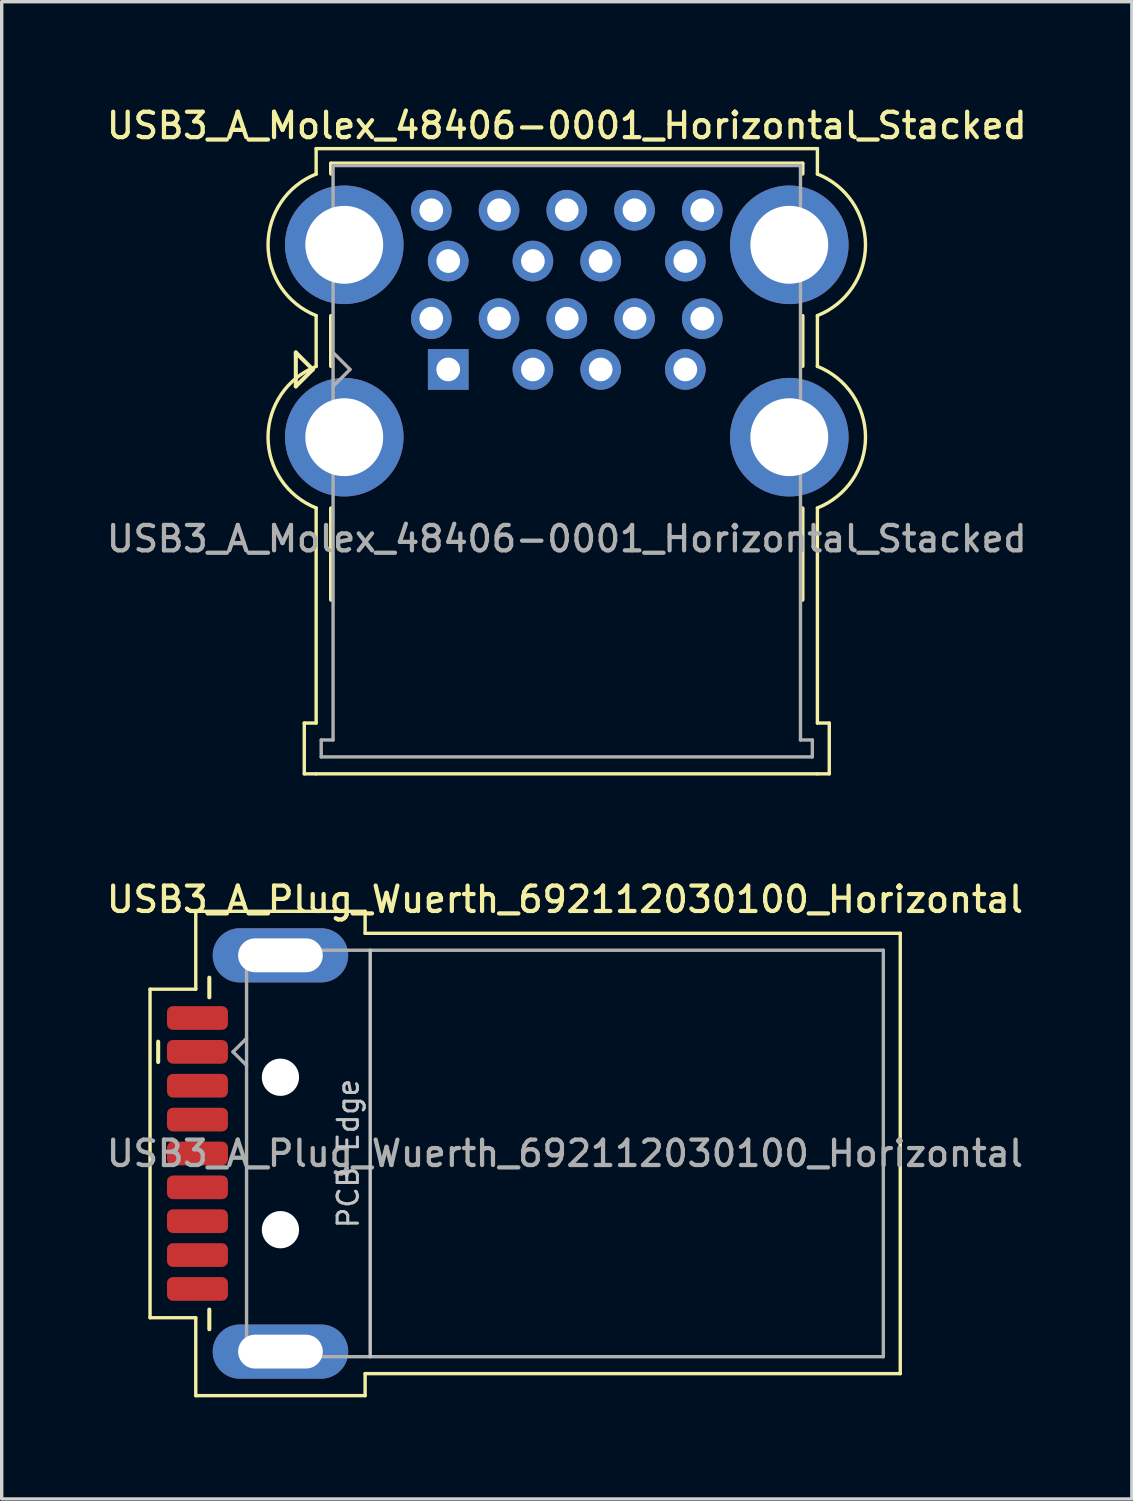
<source format=kicad_pcb>
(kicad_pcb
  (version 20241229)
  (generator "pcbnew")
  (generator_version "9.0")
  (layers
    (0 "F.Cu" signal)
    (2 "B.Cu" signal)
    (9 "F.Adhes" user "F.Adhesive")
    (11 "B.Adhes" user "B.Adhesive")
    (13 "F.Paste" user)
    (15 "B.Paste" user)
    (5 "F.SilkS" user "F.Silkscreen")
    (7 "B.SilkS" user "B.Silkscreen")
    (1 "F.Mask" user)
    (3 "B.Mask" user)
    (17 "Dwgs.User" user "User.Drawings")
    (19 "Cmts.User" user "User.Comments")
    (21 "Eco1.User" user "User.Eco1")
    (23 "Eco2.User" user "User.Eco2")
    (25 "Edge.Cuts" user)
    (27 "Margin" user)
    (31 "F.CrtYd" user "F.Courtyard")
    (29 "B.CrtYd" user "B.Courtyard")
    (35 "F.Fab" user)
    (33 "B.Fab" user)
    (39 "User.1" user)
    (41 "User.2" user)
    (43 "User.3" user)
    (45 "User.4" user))
  (footprint "USB3_A_Molex_48406-0001_Horizontal_Stacked"
    (layer "F.Cu")
    (at 10.184 7.858)
    (property "Reference" "USB3_A_Molex_48406-0001_Horizontal_Stacked" (at 3.5 -7.2 0) (layer "F.SilkS") (effects (font (size 0.75 0.75) (thickness 0.125))))
    (attr through_hole)
    (fp_line (start -4.5 -0.5) (end -4.5 0.5) (stroke (width 0.12) (type solid)) (layer "F.SilkS"))
    (fp_line (start -4.5 0.5) (end -4 0) (stroke (width 0.12) (type solid)) (layer "F.SilkS"))
    (fp_line (start -4.25 10.44) (end -3.9 10.44) (stroke (width 0.1) (type solid)) (layer "F.SilkS"))
    (fp_line (start -4.25 11.94) (end -4.25 10.44) (stroke (width 0.1) (type solid)) (layer "F.SilkS"))
    (fp_line (start -4 0) (end -4.5 -0.5) (stroke (width 0.12) (type solid)) (layer "F.SilkS"))
    (fp_line (start -3.9 -6.52) (end 10.9 -6.52) (stroke (width 0.1) (type solid)) (layer "F.SilkS"))
    (fp_line (start -3.9 -5.77) (end -3.9 -6.52) (stroke (width 0.1) (type solid)) (layer "F.SilkS"))
    (fp_line (start -3.9 -0.09) (end -3.9 -1.59) (stroke (width 0.1) (type solid)) (layer "F.SilkS"))
    (fp_line (start -3.9 10.44) (end -3.9 4.09) (stroke (width 0.1) (type solid)) (layer "F.SilkS"))
    (fp_line (start -3.9 11.94) (end -4.25 11.94) (stroke (width 0.1) (type solid)) (layer "F.SilkS"))
    (fp_line (start -3.9 11.94) (end 10.9 11.94) (stroke (width 0.1) (type solid)) (layer "F.SilkS"))
    (fp_line (start -3.46 -6.08) (end -3.46 -5.78) (stroke (width 0.12) (type solid)) (layer "F.SilkS"))
    (fp_line (start -3.46 -6.08) (end 10.46 -6.08) (stroke (width 0.12) (type solid)) (layer "F.SilkS"))
    (fp_line (start -3.46 -0.1) (end -3.46 -1.58) (stroke (width 0.12) (type solid)) (layer "F.SilkS"))
    (fp_line (start -3.46 6.8) (end -3.46 4.1) (stroke (width 0.12) (type solid)) (layer "F.SilkS"))
    (fp_line (start 10.46 -6.08) (end 10.46 -5.78) (stroke (width 0.12) (type solid)) (layer "F.SilkS"))
    (fp_line (start 10.46 -0.1) (end 10.46 -1.58) (stroke (width 0.12) (type solid)) (layer "F.SilkS"))
    (fp_line (start 10.46 6.8) (end 10.46 4.1) (stroke (width 0.12) (type solid)) (layer "F.SilkS"))
    (fp_line (start 10.9 -6.52) (end 10.9 -5.77) (stroke (width 0.1) (type solid)) (layer "F.SilkS"))
    (fp_line (start 10.9 -1.59) (end 10.9 -0.09) (stroke (width 0.1) (type solid)) (layer "F.SilkS"))
    (fp_line (start 10.9 4.09) (end 10.9 10.44) (stroke (width 0.1) (type solid)) (layer "F.SilkS"))
    (fp_line (start 10.9 11.94) (end 11.25 11.94) (stroke (width 0.1) (type solid)) (layer "F.SilkS"))
    (fp_line (start 11.25 10.44) (end 10.9 10.44) (stroke (width 0.1) (type solid)) (layer "F.SilkS"))
    (fp_line (start 11.25 11.94) (end 11.25 10.44) (stroke (width 0.1) (type solid)) (layer "F.SilkS"))
    (fp_arc (start -3.9 -1.59) (mid -5.32 -3.68) (end -3.9 -5.77) (stroke (width 0.1) (type solid)) (layer "F.SilkS"))
    (fp_arc (start -3.9 4.09) (mid -5.32 2) (end -3.9 -0.09) (stroke (width 0.1) (type solid)) (layer "F.SilkS"))
    (fp_arc (start 10.9 -5.77) (mid 12.32 -3.68) (end 10.9 -1.59) (stroke (width 0.1) (type solid)) (layer "F.SilkS"))
    (fp_arc (start 10.9 -0.09) (mid 12.32 2) (end 10.9 4.09) (stroke (width 0.1) (type solid)) (layer "F.SilkS"))
    (fp_line (start -3.75 10.94) (end -3.4 10.94) (stroke (width 0.1) (type default)) (layer "F.Fab"))
    (fp_line (start -3.75 11.44) (end -3.75 10.94) (stroke (width 0.1) (type default)) (layer "F.Fab"))
    (fp_line (start -3.4 -6.02) (end 10.4 -6.02) (stroke (width 0.1) (type solid)) (layer "F.Fab"))
    (fp_line (start -3.4 0.5) (end -2.9 0) (stroke (width 0.1) (type solid)) (layer "F.Fab"))
    (fp_line (start -3.4 10.94) (end -3.4 -6.02) (stroke (width 0.1) (type solid)) (layer "F.Fab"))
    (fp_line (start -2.9 0) (end -3.4 -0.5) (stroke (width 0.1) (type solid)) (layer "F.Fab"))
    (fp_line (start 10.4 -6.02) (end 10.4 10.94) (stroke (width 0.1) (type solid)) (layer "F.Fab"))
    (fp_line (start 10.75 10.94) (end 10.4 10.94) (stroke (width 0.1) (type default)) (layer "F.Fab"))
    (fp_line (start 10.75 11.44) (end -3.75 11.44) (stroke (width 0.1) (type solid)) (layer "F.Fab"))
    (fp_line (start 10.75 11.44) (end 10.75 10.94) (stroke (width 0.1) (type default)) (layer "F.Fab"))
    (fp_text user "${REFERENCE}" (at 3.5 5 0) (layer "F.Fab") (effects (font (size 0.75 0.75) (thickness 0.125))))
    (pad "1" thru_hole rect (at 0 0) (size 1.2 1.2) (drill 0.7) (layers "*.Cu" "*.Mask"))
    (pad "2" thru_hole circle (at 2.5 0) (size 1.2 1.2) (drill 0.7) (layers "*.Cu" "*.Mask"))
    (pad "3" thru_hole circle (at 4.5 0) (size 1.2 1.2) (drill 0.7) (layers "*.Cu" "*.Mask"))
    (pad "4" thru_hole circle (at 7 0) (size 1.2 1.2) (drill 0.7) (layers "*.Cu" "*.Mask"))
    (pad "5" thru_hole circle (at 7.5 -1.5) (size 1.2 1.2) (drill 0.7) (layers "*.Cu" "*.Mask"))
    (pad "6" thru_hole circle (at 5.5 -1.5) (size 1.2 1.2) (drill 0.7) (layers "*.Cu" "*.Mask"))
    (pad "7" thru_hole circle (at 3.5 -1.5) (size 1.2 1.2) (drill 0.7) (layers "*.Cu" "*.Mask"))
    (pad "8" thru_hole circle (at 1.5 -1.5) (size 1.2 1.2) (drill 0.7) (layers "*.Cu" "*.Mask"))
    (pad "9" thru_hole circle (at -0.5 -1.5) (size 1.2 1.2) (drill 0.7) (layers "*.Cu" "*.Mask"))
    (pad "10" thru_hole circle (at 0 -3.2) (size 1.2 1.2) (drill 0.7) (layers "*.Cu" "*.Mask"))
    (pad "11" thru_hole circle (at 2.5 -3.2) (size 1.2 1.2) (drill 0.7) (layers "*.Cu" "*.Mask"))
    (pad "12" thru_hole circle (at 4.5 -3.2) (size 1.2 1.2) (drill 0.7) (layers "*.Cu" "*.Mask"))
    (pad "13" thru_hole circle (at 7 -3.2) (size 1.2 1.2) (drill 0.7) (layers "*.Cu" "*.Mask"))
    (pad "14" thru_hole circle (at 7.5 -4.7) (size 1.2 1.2) (drill 0.7) (layers "*.Cu" "*.Mask"))
    (pad "15" thru_hole circle (at 5.5 -4.7) (size 1.2 1.2) (drill 0.7) (layers "*.Cu" "*.Mask"))
    (pad "16" thru_hole circle (at 3.5 -4.7) (size 1.2 1.2) (drill 0.7) (layers "*.Cu" "*.Mask"))
    (pad "17" thru_hole circle (at 1.5 -4.7) (size 1.2 1.2) (drill 0.7) (layers "*.Cu" "*.Mask"))
    (pad "18" thru_hole circle (at -0.5 -4.7) (size 1.2 1.2) (drill 0.7) (layers "*.Cu" "*.Mask"))
    (pad "19" thru_hole circle (at -3.07 -3.68) (size 3.5 3.5) (drill 2.3) (layers "*.Cu" "*.Mask"))
    (pad "19" thru_hole circle (at -3.07 2) (size 3.5 3.5) (drill 2.3) (layers "*.Cu" "*.Mask"))
    (pad "19" thru_hole circle (at 10.07 -3.68) (size 3.5 3.5) (drill 2.3) (layers "*.Cu" "*.Mask"))
    (pad "19" thru_hole circle (at 10.07 2) (size 3.5 3.5) (drill 2.3) (layers "*.Cu" "*.Mask")))
  (footprint "USB3_A_Plug_Wuerth_692112030100_Horizontal"
    (layer "F.Cu")
    (at 13.63 31.006)
    (property "Reference" "USB3_A_Plug_Wuerth_692112030100_Horizontal" (at 0 -7.5 0) (layer "F.SilkS") (effects (font (size 0.75 0.75) (thickness 0.125))))
    (attr smd)
    (fp_line (start -12.25 -4.85) (end -12.25 4.85) (stroke (width 0.1) (type solid)) (layer "F.SilkS"))
    (fp_line (start -12.01 -2.7) (end -12.01 -3.3) (stroke (width 0.12) (type solid)) (layer "F.SilkS"))
    (fp_line (start -10.9 -7.15) (end -10.9 -4.85) (stroke (width 0.1) (type solid)) (layer "F.SilkS"))
    (fp_line (start -10.9 -4.85) (end -12.25 -4.85) (stroke (width 0.1) (type solid)) (layer "F.SilkS"))
    (fp_line (start -10.9 4.85) (end -12.25 4.85) (stroke (width 0.1) (type solid)) (layer "F.SilkS"))
    (fp_line (start -10.9 7.15) (end -10.9 4.85) (stroke (width 0.1) (type solid)) (layer "F.SilkS"))
    (fp_line (start -10.5 -4.61) (end -10.5 -5.19) (stroke (width 0.12) (type solid)) (layer "F.SilkS"))
    (fp_line (start -10.5 4.61) (end -10.5 5.19) (stroke (width 0.12) (type solid)) (layer "F.SilkS"))
    (fp_line (start -5.9 -7.15) (end -10.9 -7.15) (stroke (width 0.1) (type solid)) (layer "F.SilkS"))
    (fp_line (start -5.9 -6.5) (end -5.9 -7.15) (stroke (width 0.1) (type solid)) (layer "F.SilkS"))
    (fp_line (start -5.9 6.5) (end -5.9 7.15) (stroke (width 0.1) (type solid)) (layer "F.SilkS"))
    (fp_line (start -5.9 7.15) (end -10.9 7.15) (stroke (width 0.1) (type solid)) (layer "F.SilkS"))
    (fp_line (start 9.9 -6.5) (end -5.9 -6.5) (stroke (width 0.1) (type solid)) (layer "F.SilkS"))
    (fp_line (start 9.9 6.5) (end -5.9 6.5) (stroke (width 0.1) (type solid)) (layer "F.SilkS"))
    (fp_line (start 9.9 6.5) (end 9.9 -6.5) (stroke (width 0.1) (type solid)) (layer "F.SilkS"))
    (fp_line (start -5.75 6) (end -5.75 -6) (stroke (width 0.1) (type solid)) (layer "Dwgs.User"))
    (fp_line (start -9.8 -3) (end -9.4 -3.4) (stroke (width 0.1) (type solid)) (layer "F.Fab"))
    (fp_line (start -9.8 -3) (end -9.4 -2.6) (stroke (width 0.1) (type solid)) (layer "F.Fab"))
    (fp_line (start -9.4 6) (end -9.4 -6) (stroke (width 0.1) (type solid)) (layer "F.Fab"))
    (fp_line (start 9.4 -6) (end -9.4 -6) (stroke (width 0.1) (type solid)) (layer "F.Fab"))
    (fp_line (start 9.4 6) (end -9.4 6) (stroke (width 0.1) (type solid)) (layer "F.Fab"))
    (fp_line (start 9.4 6) (end 9.4 -6) (stroke (width 0.1) (type solid)) (layer "F.Fab"))
    (fp_text user "PCB Edge" (at -6.4 0 90) (layer "Dwgs.User") (effects (font (size 0.6 0.6) (thickness 0.09))))
    (fp_text user "${REFERENCE}" (at 0 0 180) (layer "F.Fab") (effects (font (size 0.75 0.75) (thickness 0.125))))
    (pad "" np_thru_hole circle (at -8.4 -2.25 90) (size 1.1 1.1) (drill 1.1) (layers "*.Cu" "*.Mask"))
    (pad "" np_thru_hole circle (at -8.4 2.25 90) (size 1.1 1.1) (drill 1.1) (layers "*.Cu" "*.Mask"))
    (pad "1" smd roundrect (at -10.85 -3 90) (size 0.7 1.8) (layers "F.Cu" "F.Mask" "F.Paste") (roundrect_rratio 0.25))
    (pad "2" smd roundrect (at -10.85 -1 90) (size 0.7 1.8) (layers "F.Cu" "F.Mask" "F.Paste") (roundrect_rratio 0.25))
    (pad "3" smd roundrect (at -10.85 1 90) (size 0.7 1.8) (layers "F.Cu" "F.Mask" "F.Paste") (roundrect_rratio 0.25))
    (pad "4" smd roundrect (at -10.85 3 90) (size 0.7 1.8) (layers "F.Cu" "F.Mask" "F.Paste") (roundrect_rratio 0.25))
    (pad "5" smd roundrect (at -10.85 4 90) (size 0.7 1.8) (layers "F.Cu" "F.Mask" "F.Paste") (roundrect_rratio 0.25))
    (pad "6" smd roundrect (at -10.85 2 90) (size 0.7 1.8) (layers "F.Cu" "F.Mask" "F.Paste") (roundrect_rratio 0.25))
    (pad "7" smd roundrect (at -10.85 0 90) (size 0.7 1.8) (layers "F.Cu" "F.Mask" "F.Paste") (roundrect_rratio 0.25))
    (pad "8" smd roundrect (at -10.85 -2 90) (size 0.7 1.8) (layers "F.Cu" "F.Mask" "F.Paste") (roundrect_rratio 0.25))
    (pad "9" smd roundrect (at -10.85 -4) (size 1.8 0.7) (layers "F.Cu" "F.Mask" "F.Paste") (roundrect_rratio 0.25))
    (pad "10" thru_hole oval (at -8.4 -5.85 90) (size 1.6 4) (drill oval 1 2.5) (layers "*.Cu" "*.Mask"))
    (pad "10" thru_hole oval (at -8.4 5.85 90) (size 1.6 4) (drill oval 1 2.5) (layers "*.Cu" "*.Mask")))
  (gr_rect
    (start -3 -3)
    (end 30.368 41.206)
    (stroke (width 0.1) (type default))
    (fill no)
    (layer "Edge.Cuts")))
</source>
